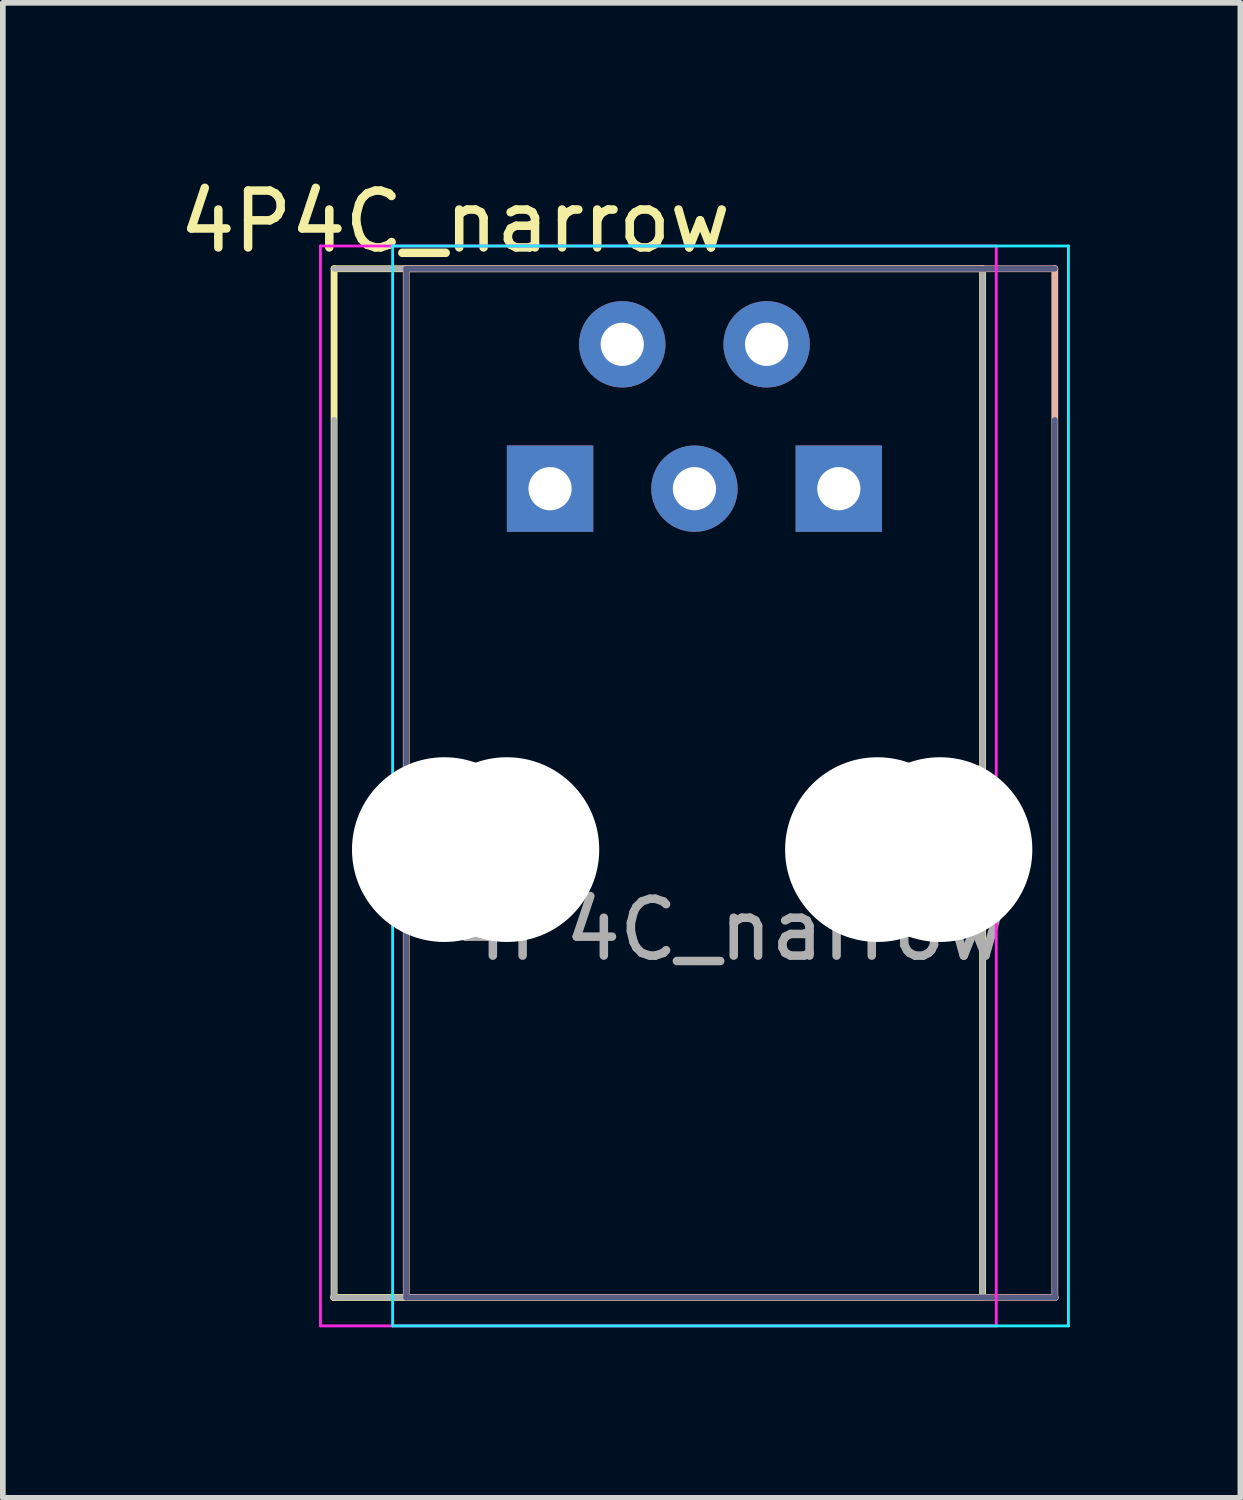
<source format=kicad_pcb>
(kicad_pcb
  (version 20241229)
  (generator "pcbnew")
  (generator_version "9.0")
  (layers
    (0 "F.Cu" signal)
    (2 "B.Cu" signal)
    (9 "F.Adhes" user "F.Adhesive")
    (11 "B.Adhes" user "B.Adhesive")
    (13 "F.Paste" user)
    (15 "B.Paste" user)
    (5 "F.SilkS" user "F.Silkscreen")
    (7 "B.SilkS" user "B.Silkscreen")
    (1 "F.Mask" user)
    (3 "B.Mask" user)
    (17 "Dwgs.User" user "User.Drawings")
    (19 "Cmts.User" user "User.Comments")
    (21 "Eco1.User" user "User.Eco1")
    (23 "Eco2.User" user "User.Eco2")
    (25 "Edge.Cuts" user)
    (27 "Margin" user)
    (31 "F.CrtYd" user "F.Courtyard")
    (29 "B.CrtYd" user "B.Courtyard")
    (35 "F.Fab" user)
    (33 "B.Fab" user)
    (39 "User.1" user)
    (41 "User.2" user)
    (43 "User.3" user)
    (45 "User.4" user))
  (footprint "4P4C_narrow"
    (layer "F.Cu")
    (at 6.628 5.548)
    (property "Reference" "4P4C_narrow" (at -1.67 -4.7 0) (layer "F.SilkS") (effects (font (size 1 1) (thickness 0.15))))
    (attr through_hole)
    (fp_line (start -3.8 -3.87) (end 7.61 -3.87) (stroke (width 0.12) (type solid)) (layer "F.SilkS"))
    (fp_line (start -3.8 14.23) (end -3.8 -3.87) (stroke (width 0.12) (type solid)) (layer "F.SilkS"))
    (fp_line (start 7.61 -3.87) (end 7.61 14.23) (stroke (width 0.12) (type solid)) (layer "F.SilkS"))
    (fp_line (start 7.61 14.23) (end -3.81 14.23) (stroke (width 0.12) (type solid)) (layer "F.SilkS"))
    (fp_line (start -2.53 -3.87) (end -2.53 14.23) (stroke (width 0.12) (type solid)) (layer "B.SilkS"))
    (fp_line (start -2.53 14.23) (end 8.89 14.23) (stroke (width 0.12) (type solid)) (layer "B.SilkS"))
    (fp_line (start 8.88 -3.87) (end -2.53 -3.87) (stroke (width 0.12) (type solid)) (layer "B.SilkS"))
    (fp_line (start 8.88 14.23) (end 8.88 -3.87) (stroke (width 0.12) (type solid)) (layer "B.SilkS"))
    (fp_line (start -2.77 -4.27) (end -2.77 14.73) (stroke (width 0.05) (type solid)) (layer "B.CrtYd"))
    (fp_line (start -2.77 14.73) (end 9.12 14.73) (stroke (width 0.05) (type solid)) (layer "B.CrtYd"))
    (fp_line (start 9.12 -4.27) (end -2.77 -4.27) (stroke (width 0.05) (type solid)) (layer "B.CrtYd"))
    (fp_line (start 9.12 14.73) (end 9.12 -4.27) (stroke (width 0.05) (type solid)) (layer "B.CrtYd"))
    (fp_line (start -4.04 -4.27) (end 7.85 -4.27) (stroke (width 0.05) (type solid)) (layer "F.CrtYd"))
    (fp_line (start -4.04 14.73) (end -4.04 -4.27) (stroke (width 0.05) (type solid)) (layer "F.CrtYd"))
    (fp_line (start 7.85 -4.27) (end 7.85 14.73) (stroke (width 0.05) (type solid)) (layer "F.CrtYd"))
    (fp_line (start 7.85 14.73) (end -4.04 14.73) (stroke (width 0.05) (type solid)) (layer "F.CrtYd"))
    (fp_line (start -2.53 -3.87) (end -2.53 14.23) (stroke (width 0.1) (type solid)) (layer "B.Fab"))
    (fp_line (start -2.53 14.23) (end 8.89 14.23) (stroke (width 0.1) (type solid)) (layer "B.Fab"))
    (fp_line (start 8.88 -3.87) (end -2.53 -3.87) (stroke (width 0.1) (type solid)) (layer "B.Fab"))
    (fp_line (start 8.88 14.23) (end 8.88 -1.21) (stroke (width 0.1) (type solid)) (layer "B.Fab"))
    (fp_line (start -3.8 -3.87) (end 7.61 -3.87) (stroke (width 0.1) (type solid)) (layer "F.Fab"))
    (fp_line (start -3.8 14.23) (end -3.8 -1.21) (stroke (width 0.1) (type solid)) (layer "F.Fab"))
    (fp_line (start 7.61 -3.87) (end 7.61 14.23) (stroke (width 0.1) (type solid)) (layer "F.Fab"))
    (fp_line (start 7.61 14.23) (end -3.81 14.23) (stroke (width 0.1) (type solid)) (layer "F.Fab"))
    (fp_text user "${REFERENCE}" (at 3.16 7.76 0) (layer "F.Fab") (effects (font (size 1 1) (thickness 0.15))))
    (pad "" np_thru_hole circle (at -1.86 6.35) (size 3.25 3.25) (drill 3.25) (layers "*.Cu" "*.Mask"))
    (pad "" np_thru_hole circle (at -0.76 6.35) (size 3.25 3.25) (drill 3.25) (layers "*.Cu" "*.Mask"))
    (pad "" np_thru_hole circle (at 5.76 6.35) (size 3.25 3.25) (drill 3.25) (layers "*.Cu" "*.Mask"))
    (pad "" np_thru_hole circle (at 6.86 6.35) (size 3.25 3.25) (drill 3.25) (layers "*.Cu" "*.Mask"))
    (pad "1" thru_hole rect (at 0 0) (size 1.52 1.52) (drill 0.76) (layers "*.Cu" "*.Mask"))
    (pad "1" thru_hole rect (at 5.08 0) (size 1.52 1.52) (drill 0.76) (layers "*.Cu" "*.Mask"))
    (pad "2" thru_hole circle (at 1.27 -2.54) (size 1.52 1.52) (drill 0.76) (layers "*.Cu" "*.Mask"))
    (pad "3" thru_hole circle (at 2.54 0) (size 1.52 1.52) (drill 0.76) (layers "*.Cu" "*.Mask"))
    (pad "4" thru_hole circle (at 3.81 -2.54) (size 1.52 1.52) (drill 0.76) (layers "*.Cu" "*.Mask")))
  (gr_rect
    (start -3 -3)
    (end 18.773 23.303)
    (stroke (width 0.1) (type default))
    (fill no)
    (layer "Edge.Cuts")))
</source>
